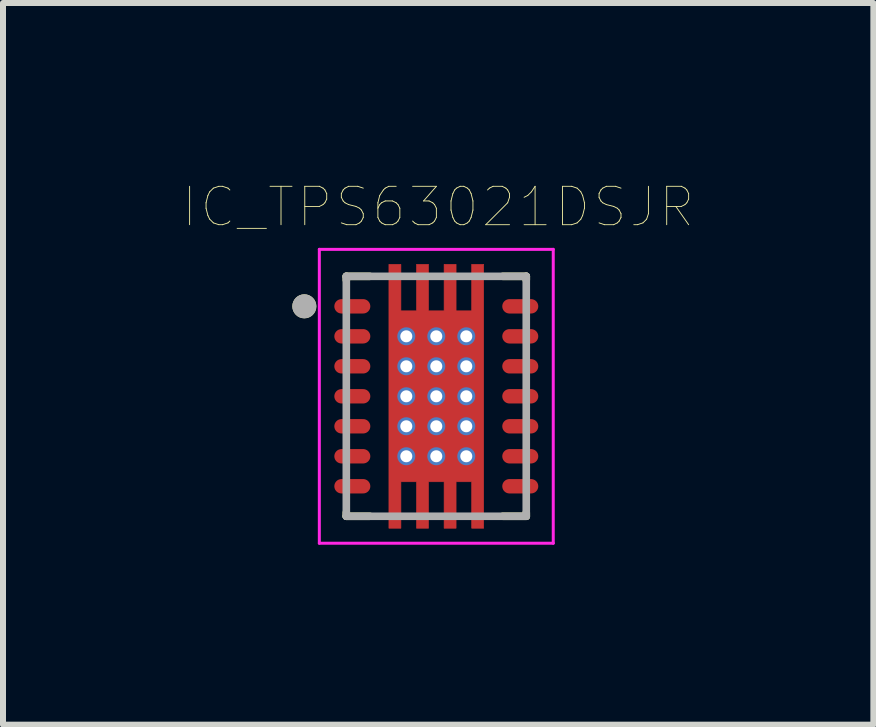
<source format=kicad_pcb>
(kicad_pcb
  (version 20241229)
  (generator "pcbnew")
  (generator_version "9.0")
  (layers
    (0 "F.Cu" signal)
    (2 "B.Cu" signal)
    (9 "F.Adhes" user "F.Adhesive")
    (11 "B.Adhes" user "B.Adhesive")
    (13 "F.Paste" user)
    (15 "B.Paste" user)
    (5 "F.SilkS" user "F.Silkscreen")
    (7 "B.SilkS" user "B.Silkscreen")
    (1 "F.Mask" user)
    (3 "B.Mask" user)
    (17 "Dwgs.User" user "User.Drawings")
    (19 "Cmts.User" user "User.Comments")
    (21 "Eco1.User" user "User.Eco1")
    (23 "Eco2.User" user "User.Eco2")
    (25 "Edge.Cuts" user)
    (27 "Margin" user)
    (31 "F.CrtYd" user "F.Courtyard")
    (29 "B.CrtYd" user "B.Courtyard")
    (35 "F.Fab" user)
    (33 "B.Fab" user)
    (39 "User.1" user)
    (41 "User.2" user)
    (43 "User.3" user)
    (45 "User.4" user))
  (footprint "IC_TPS63021DSJR"
    (layer "F.Cu")
    (at 4.224 3.557)
    (property "Reference" "IC_TPS63021DSJR" (at 0.032 -3.156 0) (layer "F.SilkS") (effects (font (size 0.64 0.64) (thickness 0.015))))
    (attr through_hole)
    (fp_poly (pts (xy -0.79 -2.2) (xy -0.59 -2.2) (xy -0.59 -1.425) (xy -0.33 -1.425) (xy -0.33 -2.2) (xy -0.13 -2.2) (xy -0.13 -1.425) (xy 0.13 -1.425) (xy 0.13 -2.2) (xy 0.33 -2.2) (xy 0.33 -1.425) (xy 0.59 -1.425) (xy 0.59 -2.2) (xy 0.79 -2.2) (xy 0.79 2.2) (xy 0.59 2.2) (xy 0.59 1.425) (xy 0.33 1.425) (xy 0.33 2.2) (xy 0.13 2.2) (xy 0.13 1.425) (xy -0.13 1.425) (xy -0.13 2.2) (xy -0.33 2.2) (xy -0.33 1.425) (xy -0.59 1.425) (xy -0.59 2.2) (xy -0.79 2.2)) (stroke (width 0.01) (type solid)) (fill yes) (layer "F.Cu"))
    (fp_poly (pts (xy -0.86 -2.27) (xy -0.52 -2.27) (xy -0.52 -1.495) (xy -0.4 -1.495) (xy -0.4 -2.27) (xy -0.06 -2.27) (xy -0.06 -1.495) (xy 0.06 -1.495) (xy 0.06 -2.27) (xy 0.4 -2.27) (xy 0.4 -1.495) (xy 0.52 -1.495) (xy 0.52 -2.27) (xy 0.86 -2.27) (xy 0.86 2.27) (xy 0.52 2.27) (xy 0.52 1.495) (xy 0.4 1.495) (xy 0.4 2.27) (xy 0.06 2.27) (xy 0.06 1.495) (xy -0.06 1.495) (xy -0.06 2.27) (xy -0.4 2.27) (xy -0.4 1.495) (xy -0.52 1.495) (xy -0.52 2.27) (xy -0.86 2.27)) (stroke (width 0.01) (type solid)) (fill yes) (layer "F.Mask"))
    (fp_poly (pts (xy -1.22 -1.69) (xy -1.21 -1.69) (xy -1.2 -1.689) (xy -1.19 -1.688) (xy -1.18 -1.686) (xy -1.171 -1.684) (xy -1.161 -1.681) (xy -1.152 -1.677) (xy -1.143 -1.674) (xy -1.134 -1.669) (xy -1.125 -1.665) (xy -1.117 -1.659) (xy -1.108 -1.654) (xy -1.1 -1.648) (xy -1.093 -1.641) (xy -1.086 -1.634) (xy -1.079 -1.627) (xy -1.072 -1.62) (xy -1.066 -1.612) (xy -1.061 -1.603) (xy -1.055 -1.595) (xy -1.051 -1.586) (xy -1.046 -1.577) (xy -1.043 -1.568) (xy -1.039 -1.559) (xy -1.036 -1.549) (xy -1.034 -1.54) (xy -1.032 -1.53) (xy -1.031 -1.52) (xy -1.03 -1.51) (xy -1.03 -1.5) (xy -1.03 -1.49) (xy -1.031 -1.48) (xy -1.032 -1.47) (xy -1.034 -1.46) (xy -1.036 -1.451) (xy -1.039 -1.441) (xy -1.043 -1.432) (xy -1.046 -1.423) (xy -1.051 -1.414) (xy -1.055 -1.405) (xy -1.061 -1.397) (xy -1.066 -1.388) (xy -1.072 -1.38) (xy -1.079 -1.373) (xy -1.086 -1.366) (xy -1.093 -1.359) (xy -1.1 -1.352) (xy -1.108 -1.346) (xy -1.117 -1.341) (xy -1.125 -1.335) (xy -1.134 -1.331) (xy -1.143 -1.326) (xy -1.152 -1.323) (xy -1.161 -1.319) (xy -1.171 -1.316) (xy -1.18 -1.314) (xy -1.19 -1.312) (xy -1.2 -1.311) (xy -1.21 -1.31) (xy -1.22 -1.31) (xy -1.58 -1.31) (xy -1.59 -1.31) (xy -1.6 -1.311) (xy -1.61 -1.312) (xy -1.62 -1.314) (xy -1.629 -1.316) (xy -1.639 -1.319) (xy -1.648 -1.323) (xy -1.657 -1.326) (xy -1.666 -1.331) (xy -1.675 -1.335) (xy -1.683 -1.341) (xy -1.692 -1.346) (xy -1.7 -1.352) (xy -1.707 -1.359) (xy -1.714 -1.366) (xy -1.721 -1.373) (xy -1.728 -1.38) (xy -1.734 -1.388) (xy -1.739 -1.397) (xy -1.745 -1.405) (xy -1.749 -1.414) (xy -1.754 -1.423) (xy -1.757 -1.432) (xy -1.761 -1.441) (xy -1.764 -1.451) (xy -1.766 -1.46) (xy -1.768 -1.47) (xy -1.769 -1.48) (xy -1.77 -1.49) (xy -1.77 -1.5) (xy -1.77 -1.51) (xy -1.769 -1.52) (xy -1.768 -1.53) (xy -1.766 -1.54) (xy -1.764 -1.549) (xy -1.761 -1.559) (xy -1.757 -1.568) (xy -1.754 -1.577) (xy -1.749 -1.586) (xy -1.745 -1.595) (xy -1.739 -1.603) (xy -1.734 -1.612) (xy -1.728 -1.62) (xy -1.721 -1.627) (xy -1.714 -1.634) (xy -1.707 -1.641) (xy -1.7 -1.648) (xy -1.692 -1.654) (xy -1.683 -1.659) (xy -1.675 -1.665) (xy -1.666 -1.669) (xy -1.657 -1.674) (xy -1.648 -1.677) (xy -1.639 -1.681) (xy -1.629 -1.684) (xy -1.62 -1.686) (xy -1.61 -1.688) (xy -1.6 -1.689) (xy -1.59 -1.69) (xy -1.58 -1.69) (xy -1.22 -1.69)) (stroke (width 0.01) (type solid)) (fill yes) (layer "F.Mask"))
    (fp_poly (pts (xy -1.22 -1.19) (xy -1.21 -1.19) (xy -1.2 -1.189) (xy -1.19 -1.188) (xy -1.18 -1.186) (xy -1.171 -1.184) (xy -1.161 -1.181) (xy -1.152 -1.177) (xy -1.143 -1.174) (xy -1.134 -1.169) (xy -1.125 -1.165) (xy -1.117 -1.159) (xy -1.108 -1.154) (xy -1.1 -1.148) (xy -1.093 -1.141) (xy -1.086 -1.134) (xy -1.079 -1.127) (xy -1.072 -1.12) (xy -1.066 -1.112) (xy -1.061 -1.103) (xy -1.055 -1.095) (xy -1.051 -1.086) (xy -1.046 -1.077) (xy -1.043 -1.068) (xy -1.039 -1.059) (xy -1.036 -1.049) (xy -1.034 -1.04) (xy -1.032 -1.03) (xy -1.031 -1.02) (xy -1.03 -1.01) (xy -1.03 -1) (xy -1.03 -0.99) (xy -1.031 -0.98) (xy -1.032 -0.97) (xy -1.034 -0.96) (xy -1.036 -0.951) (xy -1.039 -0.941) (xy -1.043 -0.932) (xy -1.046 -0.923) (xy -1.051 -0.914) (xy -1.055 -0.905) (xy -1.061 -0.897) (xy -1.066 -0.888) (xy -1.072 -0.88) (xy -1.079 -0.873) (xy -1.086 -0.866) (xy -1.093 -0.859) (xy -1.1 -0.852) (xy -1.108 -0.846) (xy -1.117 -0.841) (xy -1.125 -0.835) (xy -1.134 -0.831) (xy -1.143 -0.826) (xy -1.152 -0.823) (xy -1.161 -0.819) (xy -1.171 -0.816) (xy -1.18 -0.814) (xy -1.19 -0.812) (xy -1.2 -0.811) (xy -1.21 -0.81) (xy -1.22 -0.81) (xy -1.58 -0.81) (xy -1.59 -0.81) (xy -1.6 -0.811) (xy -1.61 -0.812) (xy -1.62 -0.814) (xy -1.629 -0.816) (xy -1.639 -0.819) (xy -1.648 -0.823) (xy -1.657 -0.826) (xy -1.666 -0.831) (xy -1.675 -0.835) (xy -1.683 -0.841) (xy -1.692 -0.846) (xy -1.7 -0.852) (xy -1.707 -0.859) (xy -1.714 -0.866) (xy -1.721 -0.873) (xy -1.728 -0.88) (xy -1.734 -0.888) (xy -1.739 -0.897) (xy -1.745 -0.905) (xy -1.749 -0.914) (xy -1.754 -0.923) (xy -1.757 -0.932) (xy -1.761 -0.941) (xy -1.764 -0.951) (xy -1.766 -0.96) (xy -1.768 -0.97) (xy -1.769 -0.98) (xy -1.77 -0.99) (xy -1.77 -1) (xy -1.77 -1.01) (xy -1.769 -1.02) (xy -1.768 -1.03) (xy -1.766 -1.04) (xy -1.764 -1.049) (xy -1.761 -1.059) (xy -1.757 -1.068) (xy -1.754 -1.077) (xy -1.749 -1.086) (xy -1.745 -1.095) (xy -1.739 -1.103) (xy -1.734 -1.112) (xy -1.728 -1.12) (xy -1.721 -1.127) (xy -1.714 -1.134) (xy -1.707 -1.141) (xy -1.7 -1.148) (xy -1.692 -1.154) (xy -1.683 -1.159) (xy -1.675 -1.165) (xy -1.666 -1.169) (xy -1.657 -1.174) (xy -1.648 -1.177) (xy -1.639 -1.181) (xy -1.629 -1.184) (xy -1.62 -1.186) (xy -1.61 -1.188) (xy -1.6 -1.189) (xy -1.59 -1.19) (xy -1.58 -1.19) (xy -1.22 -1.19)) (stroke (width 0.01) (type solid)) (fill yes) (layer "F.Mask"))
    (fp_poly (pts (xy -1.22 -0.69) (xy -1.21 -0.69) (xy -1.2 -0.689) (xy -1.19 -0.688) (xy -1.18 -0.686) (xy -1.171 -0.684) (xy -1.161 -0.681) (xy -1.152 -0.677) (xy -1.143 -0.674) (xy -1.134 -0.669) (xy -1.125 -0.665) (xy -1.117 -0.659) (xy -1.108 -0.654) (xy -1.1 -0.648) (xy -1.093 -0.641) (xy -1.086 -0.634) (xy -1.079 -0.627) (xy -1.072 -0.62) (xy -1.066 -0.612) (xy -1.061 -0.603) (xy -1.055 -0.595) (xy -1.051 -0.586) (xy -1.046 -0.577) (xy -1.043 -0.568) (xy -1.039 -0.559) (xy -1.036 -0.549) (xy -1.034 -0.54) (xy -1.032 -0.53) (xy -1.031 -0.52) (xy -1.03 -0.51) (xy -1.03 -0.5) (xy -1.03 -0.49) (xy -1.031 -0.48) (xy -1.032 -0.47) (xy -1.034 -0.46) (xy -1.036 -0.451) (xy -1.039 -0.441) (xy -1.043 -0.432) (xy -1.046 -0.423) (xy -1.051 -0.414) (xy -1.055 -0.405) (xy -1.061 -0.397) (xy -1.066 -0.388) (xy -1.072 -0.38) (xy -1.079 -0.373) (xy -1.086 -0.366) (xy -1.093 -0.359) (xy -1.1 -0.352) (xy -1.108 -0.346) (xy -1.117 -0.341) (xy -1.125 -0.335) (xy -1.134 -0.331) (xy -1.143 -0.326) (xy -1.152 -0.323) (xy -1.161 -0.319) (xy -1.171 -0.316) (xy -1.18 -0.314) (xy -1.19 -0.312) (xy -1.2 -0.311) (xy -1.21 -0.31) (xy -1.22 -0.31) (xy -1.58 -0.31) (xy -1.59 -0.31) (xy -1.6 -0.311) (xy -1.61 -0.312) (xy -1.62 -0.314) (xy -1.629 -0.316) (xy -1.639 -0.319) (xy -1.648 -0.323) (xy -1.657 -0.326) (xy -1.666 -0.331) (xy -1.675 -0.335) (xy -1.683 -0.341) (xy -1.692 -0.346) (xy -1.7 -0.352) (xy -1.707 -0.359) (xy -1.714 -0.366) (xy -1.721 -0.373) (xy -1.728 -0.38) (xy -1.734 -0.388) (xy -1.739 -0.397) (xy -1.745 -0.405) (xy -1.749 -0.414) (xy -1.754 -0.423) (xy -1.757 -0.432) (xy -1.761 -0.441) (xy -1.764 -0.451) (xy -1.766 -0.46) (xy -1.768 -0.47) (xy -1.769 -0.48) (xy -1.77 -0.49) (xy -1.77 -0.5) (xy -1.77 -0.51) (xy -1.769 -0.52) (xy -1.768 -0.53) (xy -1.766 -0.54) (xy -1.764 -0.549) (xy -1.761 -0.559) (xy -1.757 -0.568) (xy -1.754 -0.577) (xy -1.749 -0.586) (xy -1.745 -0.595) (xy -1.739 -0.603) (xy -1.734 -0.612) (xy -1.728 -0.62) (xy -1.721 -0.627) (xy -1.714 -0.634) (xy -1.707 -0.641) (xy -1.7 -0.648) (xy -1.692 -0.654) (xy -1.683 -0.659) (xy -1.675 -0.665) (xy -1.666 -0.669) (xy -1.657 -0.674) (xy -1.648 -0.677) (xy -1.639 -0.681) (xy -1.629 -0.684) (xy -1.62 -0.686) (xy -1.61 -0.688) (xy -1.6 -0.689) (xy -1.59 -0.69) (xy -1.58 -0.69) (xy -1.22 -0.69)) (stroke (width 0.01) (type solid)) (fill yes) (layer "F.Mask"))
    (fp_poly (pts (xy -1.22 -0.19) (xy -1.21 -0.19) (xy -1.2 -0.189) (xy -1.19 -0.188) (xy -1.18 -0.186) (xy -1.171 -0.184) (xy -1.161 -0.181) (xy -1.152 -0.177) (xy -1.143 -0.174) (xy -1.134 -0.169) (xy -1.125 -0.165) (xy -1.117 -0.159) (xy -1.108 -0.154) (xy -1.1 -0.148) (xy -1.093 -0.141) (xy -1.086 -0.134) (xy -1.079 -0.127) (xy -1.072 -0.12) (xy -1.066 -0.112) (xy -1.061 -0.103) (xy -1.055 -0.095) (xy -1.051 -0.086) (xy -1.046 -0.077) (xy -1.043 -0.068) (xy -1.039 -0.059) (xy -1.036 -0.049) (xy -1.034 -0.04) (xy -1.032 -0.03) (xy -1.031 -0.02) (xy -1.03 -0.01) (xy -1.03 0) (xy -1.03 0.01) (xy -1.031 0.02) (xy -1.032 0.03) (xy -1.034 0.04) (xy -1.036 0.049) (xy -1.039 0.059) (xy -1.043 0.068) (xy -1.046 0.077) (xy -1.051 0.086) (xy -1.055 0.095) (xy -1.061 0.103) (xy -1.066 0.112) (xy -1.072 0.12) (xy -1.079 0.127) (xy -1.086 0.134) (xy -1.093 0.141) (xy -1.1 0.148) (xy -1.108 0.154) (xy -1.117 0.159) (xy -1.125 0.165) (xy -1.134 0.169) (xy -1.143 0.174) (xy -1.152 0.177) (xy -1.161 0.181) (xy -1.171 0.184) (xy -1.18 0.186) (xy -1.19 0.188) (xy -1.2 0.189) (xy -1.21 0.19) (xy -1.22 0.19) (xy -1.58 0.19) (xy -1.59 0.19) (xy -1.6 0.189) (xy -1.61 0.188) (xy -1.62 0.186) (xy -1.629 0.184) (xy -1.639 0.181) (xy -1.648 0.177) (xy -1.657 0.174) (xy -1.666 0.169) (xy -1.675 0.165) (xy -1.683 0.159) (xy -1.692 0.154) (xy -1.7 0.148) (xy -1.707 0.141) (xy -1.714 0.134) (xy -1.721 0.127) (xy -1.728 0.12) (xy -1.734 0.112) (xy -1.739 0.103) (xy -1.745 0.095) (xy -1.749 0.086) (xy -1.754 0.077) (xy -1.757 0.068) (xy -1.761 0.059) (xy -1.764 0.049) (xy -1.766 0.04) (xy -1.768 0.03) (xy -1.769 0.02) (xy -1.77 0.01) (xy -1.77 0) (xy -1.77 -0.01) (xy -1.769 -0.02) (xy -1.768 -0.03) (xy -1.766 -0.04) (xy -1.764 -0.049) (xy -1.761 -0.059) (xy -1.757 -0.068) (xy -1.754 -0.077) (xy -1.749 -0.086) (xy -1.745 -0.095) (xy -1.739 -0.103) (xy -1.734 -0.112) (xy -1.728 -0.12) (xy -1.721 -0.127) (xy -1.714 -0.134) (xy -1.707 -0.141) (xy -1.7 -0.148) (xy -1.692 -0.154) (xy -1.683 -0.159) (xy -1.675 -0.165) (xy -1.666 -0.169) (xy -1.657 -0.174) (xy -1.648 -0.177) (xy -1.639 -0.181) (xy -1.629 -0.184) (xy -1.62 -0.186) (xy -1.61 -0.188) (xy -1.6 -0.189) (xy -1.59 -0.19) (xy -1.58 -0.19) (xy -1.22 -0.19)) (stroke (width 0.01) (type solid)) (fill yes) (layer "F.Mask"))
    (fp_poly (pts (xy -1.22 0.31) (xy -1.21 0.31) (xy -1.2 0.311) (xy -1.19 0.312) (xy -1.18 0.314) (xy -1.171 0.316) (xy -1.161 0.319) (xy -1.152 0.323) (xy -1.143 0.326) (xy -1.134 0.331) (xy -1.125 0.335) (xy -1.117 0.341) (xy -1.108 0.346) (xy -1.1 0.352) (xy -1.093 0.359) (xy -1.086 0.366) (xy -1.079 0.373) (xy -1.072 0.38) (xy -1.066 0.388) (xy -1.061 0.397) (xy -1.055 0.405) (xy -1.051 0.414) (xy -1.046 0.423) (xy -1.043 0.432) (xy -1.039 0.441) (xy -1.036 0.451) (xy -1.034 0.46) (xy -1.032 0.47) (xy -1.031 0.48) (xy -1.03 0.49) (xy -1.03 0.5) (xy -1.03 0.51) (xy -1.031 0.52) (xy -1.032 0.53) (xy -1.034 0.54) (xy -1.036 0.549) (xy -1.039 0.559) (xy -1.043 0.568) (xy -1.046 0.577) (xy -1.051 0.586) (xy -1.055 0.595) (xy -1.061 0.603) (xy -1.066 0.612) (xy -1.072 0.62) (xy -1.079 0.627) (xy -1.086 0.634) (xy -1.093 0.641) (xy -1.1 0.648) (xy -1.108 0.654) (xy -1.117 0.659) (xy -1.125 0.665) (xy -1.134 0.669) (xy -1.143 0.674) (xy -1.152 0.677) (xy -1.161 0.681) (xy -1.171 0.684) (xy -1.18 0.686) (xy -1.19 0.688) (xy -1.2 0.689) (xy -1.21 0.69) (xy -1.22 0.69) (xy -1.58 0.69) (xy -1.59 0.69) (xy -1.6 0.689) (xy -1.61 0.688) (xy -1.62 0.686) (xy -1.629 0.684) (xy -1.639 0.681) (xy -1.648 0.677) (xy -1.657 0.674) (xy -1.666 0.669) (xy -1.675 0.665) (xy -1.683 0.659) (xy -1.692 0.654) (xy -1.7 0.648) (xy -1.707 0.641) (xy -1.714 0.634) (xy -1.721 0.627) (xy -1.728 0.62) (xy -1.734 0.612) (xy -1.739 0.603) (xy -1.745 0.595) (xy -1.749 0.586) (xy -1.754 0.577) (xy -1.757 0.568) (xy -1.761 0.559) (xy -1.764 0.549) (xy -1.766 0.54) (xy -1.768 0.53) (xy -1.769 0.52) (xy -1.77 0.51) (xy -1.77 0.5) (xy -1.77 0.49) (xy -1.769 0.48) (xy -1.768 0.47) (xy -1.766 0.46) (xy -1.764 0.451) (xy -1.761 0.441) (xy -1.757 0.432) (xy -1.754 0.423) (xy -1.749 0.414) (xy -1.745 0.405) (xy -1.739 0.397) (xy -1.734 0.388) (xy -1.728 0.38) (xy -1.721 0.373) (xy -1.714 0.366) (xy -1.707 0.359) (xy -1.7 0.352) (xy -1.692 0.346) (xy -1.683 0.341) (xy -1.675 0.335) (xy -1.666 0.331) (xy -1.657 0.326) (xy -1.648 0.323) (xy -1.639 0.319) (xy -1.629 0.316) (xy -1.62 0.314) (xy -1.61 0.312) (xy -1.6 0.311) (xy -1.59 0.31) (xy -1.58 0.31) (xy -1.22 0.31)) (stroke (width 0.01) (type solid)) (fill yes) (layer "F.Mask"))
    (fp_poly (pts (xy -1.22 0.81) (xy -1.21 0.81) (xy -1.2 0.811) (xy -1.19 0.812) (xy -1.18 0.814) (xy -1.171 0.816) (xy -1.161 0.819) (xy -1.152 0.823) (xy -1.143 0.826) (xy -1.134 0.831) (xy -1.125 0.835) (xy -1.117 0.841) (xy -1.108 0.846) (xy -1.1 0.852) (xy -1.093 0.859) (xy -1.086 0.866) (xy -1.079 0.873) (xy -1.072 0.88) (xy -1.066 0.888) (xy -1.061 0.897) (xy -1.055 0.905) (xy -1.051 0.914) (xy -1.046 0.923) (xy -1.043 0.932) (xy -1.039 0.941) (xy -1.036 0.951) (xy -1.034 0.96) (xy -1.032 0.97) (xy -1.031 0.98) (xy -1.03 0.99) (xy -1.03 1) (xy -1.03 1.01) (xy -1.031 1.02) (xy -1.032 1.03) (xy -1.034 1.04) (xy -1.036 1.049) (xy -1.039 1.059) (xy -1.043 1.068) (xy -1.046 1.077) (xy -1.051 1.086) (xy -1.055 1.095) (xy -1.061 1.103) (xy -1.066 1.112) (xy -1.072 1.12) (xy -1.079 1.127) (xy -1.086 1.134) (xy -1.093 1.141) (xy -1.1 1.148) (xy -1.108 1.154) (xy -1.117 1.159) (xy -1.125 1.165) (xy -1.134 1.169) (xy -1.143 1.174) (xy -1.152 1.177) (xy -1.161 1.181) (xy -1.171 1.184) (xy -1.18 1.186) (xy -1.19 1.188) (xy -1.2 1.189) (xy -1.21 1.19) (xy -1.22 1.19) (xy -1.58 1.19) (xy -1.59 1.19) (xy -1.6 1.189) (xy -1.61 1.188) (xy -1.62 1.186) (xy -1.629 1.184) (xy -1.639 1.181) (xy -1.648 1.177) (xy -1.657 1.174) (xy -1.666 1.169) (xy -1.675 1.165) (xy -1.683 1.159) (xy -1.692 1.154) (xy -1.7 1.148) (xy -1.707 1.141) (xy -1.714 1.134) (xy -1.721 1.127) (xy -1.728 1.12) (xy -1.734 1.112) (xy -1.739 1.103) (xy -1.745 1.095) (xy -1.749 1.086) (xy -1.754 1.077) (xy -1.757 1.068) (xy -1.761 1.059) (xy -1.764 1.049) (xy -1.766 1.04) (xy -1.768 1.03) (xy -1.769 1.02) (xy -1.77 1.01) (xy -1.77 1) (xy -1.77 0.99) (xy -1.769 0.98) (xy -1.768 0.97) (xy -1.766 0.96) (xy -1.764 0.951) (xy -1.761 0.941) (xy -1.757 0.932) (xy -1.754 0.923) (xy -1.749 0.914) (xy -1.745 0.905) (xy -1.739 0.897) (xy -1.734 0.888) (xy -1.728 0.88) (xy -1.721 0.873) (xy -1.714 0.866) (xy -1.707 0.859) (xy -1.7 0.852) (xy -1.692 0.846) (xy -1.683 0.841) (xy -1.675 0.835) (xy -1.666 0.831) (xy -1.657 0.826) (xy -1.648 0.823) (xy -1.639 0.819) (xy -1.629 0.816) (xy -1.62 0.814) (xy -1.61 0.812) (xy -1.6 0.811) (xy -1.59 0.81) (xy -1.58 0.81) (xy -1.22 0.81)) (stroke (width 0.01) (type solid)) (fill yes) (layer "F.Mask"))
    (fp_poly (pts (xy -1.22 1.31) (xy -1.21 1.31) (xy -1.2 1.311) (xy -1.19 1.312) (xy -1.18 1.314) (xy -1.171 1.316) (xy -1.161 1.319) (xy -1.152 1.323) (xy -1.143 1.326) (xy -1.134 1.331) (xy -1.125 1.335) (xy -1.117 1.341) (xy -1.108 1.346) (xy -1.1 1.352) (xy -1.093 1.359) (xy -1.086 1.366) (xy -1.079 1.373) (xy -1.072 1.38) (xy -1.066 1.388) (xy -1.061 1.397) (xy -1.055 1.405) (xy -1.051 1.414) (xy -1.046 1.423) (xy -1.043 1.432) (xy -1.039 1.441) (xy -1.036 1.451) (xy -1.034 1.46) (xy -1.032 1.47) (xy -1.031 1.48) (xy -1.03 1.49) (xy -1.03 1.5) (xy -1.03 1.51) (xy -1.031 1.52) (xy -1.032 1.53) (xy -1.034 1.54) (xy -1.036 1.549) (xy -1.039 1.559) (xy -1.043 1.568) (xy -1.046 1.577) (xy -1.051 1.586) (xy -1.055 1.595) (xy -1.061 1.603) (xy -1.066 1.612) (xy -1.072 1.62) (xy -1.079 1.627) (xy -1.086 1.634) (xy -1.093 1.641) (xy -1.1 1.648) (xy -1.108 1.654) (xy -1.117 1.659) (xy -1.125 1.665) (xy -1.134 1.669) (xy -1.143 1.674) (xy -1.152 1.677) (xy -1.161 1.681) (xy -1.171 1.684) (xy -1.18 1.686) (xy -1.19 1.688) (xy -1.2 1.689) (xy -1.21 1.69) (xy -1.22 1.69) (xy -1.58 1.69) (xy -1.59 1.69) (xy -1.6 1.689) (xy -1.61 1.688) (xy -1.62 1.686) (xy -1.629 1.684) (xy -1.639 1.681) (xy -1.648 1.677) (xy -1.657 1.674) (xy -1.666 1.669) (xy -1.675 1.665) (xy -1.683 1.659) (xy -1.692 1.654) (xy -1.7 1.648) (xy -1.707 1.641) (xy -1.714 1.634) (xy -1.721 1.627) (xy -1.728 1.62) (xy -1.734 1.612) (xy -1.739 1.603) (xy -1.745 1.595) (xy -1.749 1.586) (xy -1.754 1.577) (xy -1.757 1.568) (xy -1.761 1.559) (xy -1.764 1.549) (xy -1.766 1.54) (xy -1.768 1.53) (xy -1.769 1.52) (xy -1.77 1.51) (xy -1.77 1.5) (xy -1.77 1.49) (xy -1.769 1.48) (xy -1.768 1.47) (xy -1.766 1.46) (xy -1.764 1.451) (xy -1.761 1.441) (xy -1.757 1.432) (xy -1.754 1.423) (xy -1.749 1.414) (xy -1.745 1.405) (xy -1.739 1.397) (xy -1.734 1.388) (xy -1.728 1.38) (xy -1.721 1.373) (xy -1.714 1.366) (xy -1.707 1.359) (xy -1.7 1.352) (xy -1.692 1.346) (xy -1.683 1.341) (xy -1.675 1.335) (xy -1.666 1.331) (xy -1.657 1.326) (xy -1.648 1.323) (xy -1.639 1.319) (xy -1.629 1.316) (xy -1.62 1.314) (xy -1.61 1.312) (xy -1.6 1.311) (xy -1.59 1.31) (xy -1.58 1.31) (xy -1.22 1.31)) (stroke (width 0.01) (type solid)) (fill yes) (layer "F.Mask"))
    (fp_poly (pts (xy 1.58 -1.69) (xy 1.59 -1.69) (xy 1.6 -1.689) (xy 1.61 -1.688) (xy 1.62 -1.686) (xy 1.629 -1.684) (xy 1.639 -1.681) (xy 1.648 -1.677) (xy 1.657 -1.674) (xy 1.666 -1.669) (xy 1.675 -1.665) (xy 1.683 -1.659) (xy 1.692 -1.654) (xy 1.7 -1.648) (xy 1.707 -1.641) (xy 1.714 -1.634) (xy 1.721 -1.627) (xy 1.728 -1.62) (xy 1.734 -1.612) (xy 1.739 -1.603) (xy 1.745 -1.595) (xy 1.749 -1.586) (xy 1.754 -1.577) (xy 1.757 -1.568) (xy 1.761 -1.559) (xy 1.764 -1.549) (xy 1.766 -1.54) (xy 1.768 -1.53) (xy 1.769 -1.52) (xy 1.77 -1.51) (xy 1.77 -1.5) (xy 1.77 -1.49) (xy 1.769 -1.48) (xy 1.768 -1.47) (xy 1.766 -1.46) (xy 1.764 -1.451) (xy 1.761 -1.441) (xy 1.757 -1.432) (xy 1.754 -1.423) (xy 1.749 -1.414) (xy 1.745 -1.405) (xy 1.739 -1.397) (xy 1.734 -1.388) (xy 1.728 -1.38) (xy 1.721 -1.373) (xy 1.714 -1.366) (xy 1.707 -1.359) (xy 1.7 -1.352) (xy 1.692 -1.346) (xy 1.683 -1.341) (xy 1.675 -1.335) (xy 1.666 -1.331) (xy 1.657 -1.326) (xy 1.648 -1.323) (xy 1.639 -1.319) (xy 1.629 -1.316) (xy 1.62 -1.314) (xy 1.61 -1.312) (xy 1.6 -1.311) (xy 1.59 -1.31) (xy 1.58 -1.31) (xy 1.22 -1.31) (xy 1.21 -1.31) (xy 1.2 -1.311) (xy 1.19 -1.312) (xy 1.18 -1.314) (xy 1.171 -1.316) (xy 1.161 -1.319) (xy 1.152 -1.323) (xy 1.143 -1.326) (xy 1.134 -1.331) (xy 1.125 -1.335) (xy 1.117 -1.341) (xy 1.108 -1.346) (xy 1.1 -1.352) (xy 1.093 -1.359) (xy 1.086 -1.366) (xy 1.079 -1.373) (xy 1.072 -1.38) (xy 1.066 -1.388) (xy 1.061 -1.397) (xy 1.055 -1.405) (xy 1.051 -1.414) (xy 1.046 -1.423) (xy 1.043 -1.432) (xy 1.039 -1.441) (xy 1.036 -1.451) (xy 1.034 -1.46) (xy 1.032 -1.47) (xy 1.031 -1.48) (xy 1.03 -1.49) (xy 1.03 -1.5) (xy 1.03 -1.51) (xy 1.031 -1.52) (xy 1.032 -1.53) (xy 1.034 -1.54) (xy 1.036 -1.549) (xy 1.039 -1.559) (xy 1.043 -1.568) (xy 1.046 -1.577) (xy 1.051 -1.586) (xy 1.055 -1.595) (xy 1.061 -1.603) (xy 1.066 -1.612) (xy 1.072 -1.62) (xy 1.079 -1.627) (xy 1.086 -1.634) (xy 1.093 -1.641) (xy 1.1 -1.648) (xy 1.108 -1.654) (xy 1.117 -1.659) (xy 1.125 -1.665) (xy 1.134 -1.669) (xy 1.143 -1.674) (xy 1.152 -1.677) (xy 1.161 -1.681) (xy 1.171 -1.684) (xy 1.18 -1.686) (xy 1.19 -1.688) (xy 1.2 -1.689) (xy 1.21 -1.69) (xy 1.22 -1.69) (xy 1.58 -1.69)) (stroke (width 0.01) (type solid)) (fill yes) (layer "F.Mask"))
    (fp_poly (pts (xy 1.58 -1.19) (xy 1.59 -1.19) (xy 1.6 -1.189) (xy 1.61 -1.188) (xy 1.62 -1.186) (xy 1.629 -1.184) (xy 1.639 -1.181) (xy 1.648 -1.177) (xy 1.657 -1.174) (xy 1.666 -1.169) (xy 1.675 -1.165) (xy 1.683 -1.159) (xy 1.692 -1.154) (xy 1.7 -1.148) (xy 1.707 -1.141) (xy 1.714 -1.134) (xy 1.721 -1.127) (xy 1.728 -1.12) (xy 1.734 -1.112) (xy 1.739 -1.103) (xy 1.745 -1.095) (xy 1.749 -1.086) (xy 1.754 -1.077) (xy 1.757 -1.068) (xy 1.761 -1.059) (xy 1.764 -1.049) (xy 1.766 -1.04) (xy 1.768 -1.03) (xy 1.769 -1.02) (xy 1.77 -1.01) (xy 1.77 -1) (xy 1.77 -0.99) (xy 1.769 -0.98) (xy 1.768 -0.97) (xy 1.766 -0.96) (xy 1.764 -0.951) (xy 1.761 -0.941) (xy 1.757 -0.932) (xy 1.754 -0.923) (xy 1.749 -0.914) (xy 1.745 -0.905) (xy 1.739 -0.897) (xy 1.734 -0.888) (xy 1.728 -0.88) (xy 1.721 -0.873) (xy 1.714 -0.866) (xy 1.707 -0.859) (xy 1.7 -0.852) (xy 1.692 -0.846) (xy 1.683 -0.841) (xy 1.675 -0.835) (xy 1.666 -0.831) (xy 1.657 -0.826) (xy 1.648 -0.823) (xy 1.639 -0.819) (xy 1.629 -0.816) (xy 1.62 -0.814) (xy 1.61 -0.812) (xy 1.6 -0.811) (xy 1.59 -0.81) (xy 1.58 -0.81) (xy 1.22 -0.81) (xy 1.21 -0.81) (xy 1.2 -0.811) (xy 1.19 -0.812) (xy 1.18 -0.814) (xy 1.171 -0.816) (xy 1.161 -0.819) (xy 1.152 -0.823) (xy 1.143 -0.826) (xy 1.134 -0.831) (xy 1.125 -0.835) (xy 1.117 -0.841) (xy 1.108 -0.846) (xy 1.1 -0.852) (xy 1.093 -0.859) (xy 1.086 -0.866) (xy 1.079 -0.873) (xy 1.072 -0.88) (xy 1.066 -0.888) (xy 1.061 -0.897) (xy 1.055 -0.905) (xy 1.051 -0.914) (xy 1.046 -0.923) (xy 1.043 -0.932) (xy 1.039 -0.941) (xy 1.036 -0.951) (xy 1.034 -0.96) (xy 1.032 -0.97) (xy 1.031 -0.98) (xy 1.03 -0.99) (xy 1.03 -1) (xy 1.03 -1.01) (xy 1.031 -1.02) (xy 1.032 -1.03) (xy 1.034 -1.04) (xy 1.036 -1.049) (xy 1.039 -1.059) (xy 1.043 -1.068) (xy 1.046 -1.077) (xy 1.051 -1.086) (xy 1.055 -1.095) (xy 1.061 -1.103) (xy 1.066 -1.112) (xy 1.072 -1.12) (xy 1.079 -1.127) (xy 1.086 -1.134) (xy 1.093 -1.141) (xy 1.1 -1.148) (xy 1.108 -1.154) (xy 1.117 -1.159) (xy 1.125 -1.165) (xy 1.134 -1.169) (xy 1.143 -1.174) (xy 1.152 -1.177) (xy 1.161 -1.181) (xy 1.171 -1.184) (xy 1.18 -1.186) (xy 1.19 -1.188) (xy 1.2 -1.189) (xy 1.21 -1.19) (xy 1.22 -1.19) (xy 1.58 -1.19)) (stroke (width 0.01) (type solid)) (fill yes) (layer "F.Mask"))
    (fp_poly (pts (xy 1.58 -0.69) (xy 1.59 -0.69) (xy 1.6 -0.689) (xy 1.61 -0.688) (xy 1.62 -0.686) (xy 1.629 -0.684) (xy 1.639 -0.681) (xy 1.648 -0.677) (xy 1.657 -0.674) (xy 1.666 -0.669) (xy 1.675 -0.665) (xy 1.683 -0.659) (xy 1.692 -0.654) (xy 1.7 -0.648) (xy 1.707 -0.641) (xy 1.714 -0.634) (xy 1.721 -0.627) (xy 1.728 -0.62) (xy 1.734 -0.612) (xy 1.739 -0.603) (xy 1.745 -0.595) (xy 1.749 -0.586) (xy 1.754 -0.577) (xy 1.757 -0.568) (xy 1.761 -0.559) (xy 1.764 -0.549) (xy 1.766 -0.54) (xy 1.768 -0.53) (xy 1.769 -0.52) (xy 1.77 -0.51) (xy 1.77 -0.5) (xy 1.77 -0.49) (xy 1.769 -0.48) (xy 1.768 -0.47) (xy 1.766 -0.46) (xy 1.764 -0.451) (xy 1.761 -0.441) (xy 1.757 -0.432) (xy 1.754 -0.423) (xy 1.749 -0.414) (xy 1.745 -0.405) (xy 1.739 -0.397) (xy 1.734 -0.388) (xy 1.728 -0.38) (xy 1.721 -0.373) (xy 1.714 -0.366) (xy 1.707 -0.359) (xy 1.7 -0.352) (xy 1.692 -0.346) (xy 1.683 -0.341) (xy 1.675 -0.335) (xy 1.666 -0.331) (xy 1.657 -0.326) (xy 1.648 -0.323) (xy 1.639 -0.319) (xy 1.629 -0.316) (xy 1.62 -0.314) (xy 1.61 -0.312) (xy 1.6 -0.311) (xy 1.59 -0.31) (xy 1.58 -0.31) (xy 1.22 -0.31) (xy 1.21 -0.31) (xy 1.2 -0.311) (xy 1.19 -0.312) (xy 1.18 -0.314) (xy 1.171 -0.316) (xy 1.161 -0.319) (xy 1.152 -0.323) (xy 1.143 -0.326) (xy 1.134 -0.331) (xy 1.125 -0.335) (xy 1.117 -0.341) (xy 1.108 -0.346) (xy 1.1 -0.352) (xy 1.093 -0.359) (xy 1.086 -0.366) (xy 1.079 -0.373) (xy 1.072 -0.38) (xy 1.066 -0.388) (xy 1.061 -0.397) (xy 1.055 -0.405) (xy 1.051 -0.414) (xy 1.046 -0.423) (xy 1.043 -0.432) (xy 1.039 -0.441) (xy 1.036 -0.451) (xy 1.034 -0.46) (xy 1.032 -0.47) (xy 1.031 -0.48) (xy 1.03 -0.49) (xy 1.03 -0.5) (xy 1.03 -0.51) (xy 1.031 -0.52) (xy 1.032 -0.53) (xy 1.034 -0.54) (xy 1.036 -0.549) (xy 1.039 -0.559) (xy 1.043 -0.568) (xy 1.046 -0.577) (xy 1.051 -0.586) (xy 1.055 -0.595) (xy 1.061 -0.603) (xy 1.066 -0.612) (xy 1.072 -0.62) (xy 1.079 -0.627) (xy 1.086 -0.634) (xy 1.093 -0.641) (xy 1.1 -0.648) (xy 1.108 -0.654) (xy 1.117 -0.659) (xy 1.125 -0.665) (xy 1.134 -0.669) (xy 1.143 -0.674) (xy 1.152 -0.677) (xy 1.161 -0.681) (xy 1.171 -0.684) (xy 1.18 -0.686) (xy 1.19 -0.688) (xy 1.2 -0.689) (xy 1.21 -0.69) (xy 1.22 -0.69) (xy 1.58 -0.69)) (stroke (width 0.01) (type solid)) (fill yes) (layer "F.Mask"))
    (fp_poly (pts (xy 1.58 -0.19) (xy 1.59 -0.19) (xy 1.6 -0.189) (xy 1.61 -0.188) (xy 1.62 -0.186) (xy 1.629 -0.184) (xy 1.639 -0.181) (xy 1.648 -0.177) (xy 1.657 -0.174) (xy 1.666 -0.169) (xy 1.675 -0.165) (xy 1.683 -0.159) (xy 1.692 -0.154) (xy 1.7 -0.148) (xy 1.707 -0.141) (xy 1.714 -0.134) (xy 1.721 -0.127) (xy 1.728 -0.12) (xy 1.734 -0.112) (xy 1.739 -0.103) (xy 1.745 -0.095) (xy 1.749 -0.086) (xy 1.754 -0.077) (xy 1.757 -0.068) (xy 1.761 -0.059) (xy 1.764 -0.049) (xy 1.766 -0.04) (xy 1.768 -0.03) (xy 1.769 -0.02) (xy 1.77 -0.01) (xy 1.77 0) (xy 1.77 0.01) (xy 1.769 0.02) (xy 1.768 0.03) (xy 1.766 0.04) (xy 1.764 0.049) (xy 1.761 0.059) (xy 1.757 0.068) (xy 1.754 0.077) (xy 1.749 0.086) (xy 1.745 0.095) (xy 1.739 0.103) (xy 1.734 0.112) (xy 1.728 0.12) (xy 1.721 0.127) (xy 1.714 0.134) (xy 1.707 0.141) (xy 1.7 0.148) (xy 1.692 0.154) (xy 1.683 0.159) (xy 1.675 0.165) (xy 1.666 0.169) (xy 1.657 0.174) (xy 1.648 0.177) (xy 1.639 0.181) (xy 1.629 0.184) (xy 1.62 0.186) (xy 1.61 0.188) (xy 1.6 0.189) (xy 1.59 0.19) (xy 1.58 0.19) (xy 1.22 0.19) (xy 1.21 0.19) (xy 1.2 0.189) (xy 1.19 0.188) (xy 1.18 0.186) (xy 1.171 0.184) (xy 1.161 0.181) (xy 1.152 0.177) (xy 1.143 0.174) (xy 1.134 0.169) (xy 1.125 0.165) (xy 1.117 0.159) (xy 1.108 0.154) (xy 1.1 0.148) (xy 1.093 0.141) (xy 1.086 0.134) (xy 1.079 0.127) (xy 1.072 0.12) (xy 1.066 0.112) (xy 1.061 0.103) (xy 1.055 0.095) (xy 1.051 0.086) (xy 1.046 0.077) (xy 1.043 0.068) (xy 1.039 0.059) (xy 1.036 0.049) (xy 1.034 0.04) (xy 1.032 0.03) (xy 1.031 0.02) (xy 1.03 0.01) (xy 1.03 0) (xy 1.03 -0.01) (xy 1.031 -0.02) (xy 1.032 -0.03) (xy 1.034 -0.04) (xy 1.036 -0.049) (xy 1.039 -0.059) (xy 1.043 -0.068) (xy 1.046 -0.077) (xy 1.051 -0.086) (xy 1.055 -0.095) (xy 1.061 -0.103) (xy 1.066 -0.112) (xy 1.072 -0.12) (xy 1.079 -0.127) (xy 1.086 -0.134) (xy 1.093 -0.141) (xy 1.1 -0.148) (xy 1.108 -0.154) (xy 1.117 -0.159) (xy 1.125 -0.165) (xy 1.134 -0.169) (xy 1.143 -0.174) (xy 1.152 -0.177) (xy 1.161 -0.181) (xy 1.171 -0.184) (xy 1.18 -0.186) (xy 1.19 -0.188) (xy 1.2 -0.189) (xy 1.21 -0.19) (xy 1.22 -0.19) (xy 1.58 -0.19)) (stroke (width 0.01) (type solid)) (fill yes) (layer "F.Mask"))
    (fp_poly (pts (xy 1.58 0.31) (xy 1.59 0.31) (xy 1.6 0.311) (xy 1.61 0.312) (xy 1.62 0.314) (xy 1.629 0.316) (xy 1.639 0.319) (xy 1.648 0.323) (xy 1.657 0.326) (xy 1.666 0.331) (xy 1.675 0.335) (xy 1.683 0.341) (xy 1.692 0.346) (xy 1.7 0.352) (xy 1.707 0.359) (xy 1.714 0.366) (xy 1.721 0.373) (xy 1.728 0.38) (xy 1.734 0.388) (xy 1.739 0.397) (xy 1.745 0.405) (xy 1.749 0.414) (xy 1.754 0.423) (xy 1.757 0.432) (xy 1.761 0.441) (xy 1.764 0.451) (xy 1.766 0.46) (xy 1.768 0.47) (xy 1.769 0.48) (xy 1.77 0.49) (xy 1.77 0.5) (xy 1.77 0.51) (xy 1.769 0.52) (xy 1.768 0.53) (xy 1.766 0.54) (xy 1.764 0.549) (xy 1.761 0.559) (xy 1.757 0.568) (xy 1.754 0.577) (xy 1.749 0.586) (xy 1.745 0.595) (xy 1.739 0.603) (xy 1.734 0.612) (xy 1.728 0.62) (xy 1.721 0.627) (xy 1.714 0.634) (xy 1.707 0.641) (xy 1.7 0.648) (xy 1.692 0.654) (xy 1.683 0.659) (xy 1.675 0.665) (xy 1.666 0.669) (xy 1.657 0.674) (xy 1.648 0.677) (xy 1.639 0.681) (xy 1.629 0.684) (xy 1.62 0.686) (xy 1.61 0.688) (xy 1.6 0.689) (xy 1.59 0.69) (xy 1.58 0.69) (xy 1.22 0.69) (xy 1.21 0.69) (xy 1.2 0.689) (xy 1.19 0.688) (xy 1.18 0.686) (xy 1.171 0.684) (xy 1.161 0.681) (xy 1.152 0.677) (xy 1.143 0.674) (xy 1.134 0.669) (xy 1.125 0.665) (xy 1.117 0.659) (xy 1.108 0.654) (xy 1.1 0.648) (xy 1.093 0.641) (xy 1.086 0.634) (xy 1.079 0.627) (xy 1.072 0.62) (xy 1.066 0.612) (xy 1.061 0.603) (xy 1.055 0.595) (xy 1.051 0.586) (xy 1.046 0.577) (xy 1.043 0.568) (xy 1.039 0.559) (xy 1.036 0.549) (xy 1.034 0.54) (xy 1.032 0.53) (xy 1.031 0.52) (xy 1.03 0.51) (xy 1.03 0.5) (xy 1.03 0.49) (xy 1.031 0.48) (xy 1.032 0.47) (xy 1.034 0.46) (xy 1.036 0.451) (xy 1.039 0.441) (xy 1.043 0.432) (xy 1.046 0.423) (xy 1.051 0.414) (xy 1.055 0.405) (xy 1.061 0.397) (xy 1.066 0.388) (xy 1.072 0.38) (xy 1.079 0.373) (xy 1.086 0.366) (xy 1.093 0.359) (xy 1.1 0.352) (xy 1.108 0.346) (xy 1.117 0.341) (xy 1.125 0.335) (xy 1.134 0.331) (xy 1.143 0.326) (xy 1.152 0.323) (xy 1.161 0.319) (xy 1.171 0.316) (xy 1.18 0.314) (xy 1.19 0.312) (xy 1.2 0.311) (xy 1.21 0.31) (xy 1.22 0.31) (xy 1.58 0.31)) (stroke (width 0.01) (type solid)) (fill yes) (layer "F.Mask"))
    (fp_poly (pts (xy 1.58 0.81) (xy 1.59 0.81) (xy 1.6 0.811) (xy 1.61 0.812) (xy 1.62 0.814) (xy 1.629 0.816) (xy 1.639 0.819) (xy 1.648 0.823) (xy 1.657 0.826) (xy 1.666 0.831) (xy 1.675 0.835) (xy 1.683 0.841) (xy 1.692 0.846) (xy 1.7 0.852) (xy 1.707 0.859) (xy 1.714 0.866) (xy 1.721 0.873) (xy 1.728 0.88) (xy 1.734 0.888) (xy 1.739 0.897) (xy 1.745 0.905) (xy 1.749 0.914) (xy 1.754 0.923) (xy 1.757 0.932) (xy 1.761 0.941) (xy 1.764 0.951) (xy 1.766 0.96) (xy 1.768 0.97) (xy 1.769 0.98) (xy 1.77 0.99) (xy 1.77 1) (xy 1.77 1.01) (xy 1.769 1.02) (xy 1.768 1.03) (xy 1.766 1.04) (xy 1.764 1.049) (xy 1.761 1.059) (xy 1.757 1.068) (xy 1.754 1.077) (xy 1.749 1.086) (xy 1.745 1.095) (xy 1.739 1.103) (xy 1.734 1.112) (xy 1.728 1.12) (xy 1.721 1.127) (xy 1.714 1.134) (xy 1.707 1.141) (xy 1.7 1.148) (xy 1.692 1.154) (xy 1.683 1.159) (xy 1.675 1.165) (xy 1.666 1.169) (xy 1.657 1.174) (xy 1.648 1.177) (xy 1.639 1.181) (xy 1.629 1.184) (xy 1.62 1.186) (xy 1.61 1.188) (xy 1.6 1.189) (xy 1.59 1.19) (xy 1.58 1.19) (xy 1.22 1.19) (xy 1.21 1.19) (xy 1.2 1.189) (xy 1.19 1.188) (xy 1.18 1.186) (xy 1.171 1.184) (xy 1.161 1.181) (xy 1.152 1.177) (xy 1.143 1.174) (xy 1.134 1.169) (xy 1.125 1.165) (xy 1.117 1.159) (xy 1.108 1.154) (xy 1.1 1.148) (xy 1.093 1.141) (xy 1.086 1.134) (xy 1.079 1.127) (xy 1.072 1.12) (xy 1.066 1.112) (xy 1.061 1.103) (xy 1.055 1.095) (xy 1.051 1.086) (xy 1.046 1.077) (xy 1.043 1.068) (xy 1.039 1.059) (xy 1.036 1.049) (xy 1.034 1.04) (xy 1.032 1.03) (xy 1.031 1.02) (xy 1.03 1.01) (xy 1.03 1) (xy 1.03 0.99) (xy 1.031 0.98) (xy 1.032 0.97) (xy 1.034 0.96) (xy 1.036 0.951) (xy 1.039 0.941) (xy 1.043 0.932) (xy 1.046 0.923) (xy 1.051 0.914) (xy 1.055 0.905) (xy 1.061 0.897) (xy 1.066 0.888) (xy 1.072 0.88) (xy 1.079 0.873) (xy 1.086 0.866) (xy 1.093 0.859) (xy 1.1 0.852) (xy 1.108 0.846) (xy 1.117 0.841) (xy 1.125 0.835) (xy 1.134 0.831) (xy 1.143 0.826) (xy 1.152 0.823) (xy 1.161 0.819) (xy 1.171 0.816) (xy 1.18 0.814) (xy 1.19 0.812) (xy 1.2 0.811) (xy 1.21 0.81) (xy 1.22 0.81) (xy 1.58 0.81)) (stroke (width 0.01) (type solid)) (fill yes) (layer "F.Mask"))
    (fp_poly (pts (xy 1.58 1.31) (xy 1.59 1.31) (xy 1.6 1.311) (xy 1.61 1.312) (xy 1.62 1.314) (xy 1.629 1.316) (xy 1.639 1.319) (xy 1.648 1.323) (xy 1.657 1.326) (xy 1.666 1.331) (xy 1.675 1.335) (xy 1.683 1.341) (xy 1.692 1.346) (xy 1.7 1.352) (xy 1.707 1.359) (xy 1.714 1.366) (xy 1.721 1.373) (xy 1.728 1.38) (xy 1.734 1.388) (xy 1.739 1.397) (xy 1.745 1.405) (xy 1.749 1.414) (xy 1.754 1.423) (xy 1.757 1.432) (xy 1.761 1.441) (xy 1.764 1.451) (xy 1.766 1.46) (xy 1.768 1.47) (xy 1.769 1.48) (xy 1.77 1.49) (xy 1.77 1.5) (xy 1.77 1.51) (xy 1.769 1.52) (xy 1.768 1.53) (xy 1.766 1.54) (xy 1.764 1.549) (xy 1.761 1.559) (xy 1.757 1.568) (xy 1.754 1.577) (xy 1.749 1.586) (xy 1.745 1.595) (xy 1.739 1.603) (xy 1.734 1.612) (xy 1.728 1.62) (xy 1.721 1.627) (xy 1.714 1.634) (xy 1.707 1.641) (xy 1.7 1.648) (xy 1.692 1.654) (xy 1.683 1.659) (xy 1.675 1.665) (xy 1.666 1.669) (xy 1.657 1.674) (xy 1.648 1.677) (xy 1.639 1.681) (xy 1.629 1.684) (xy 1.62 1.686) (xy 1.61 1.688) (xy 1.6 1.689) (xy 1.59 1.69) (xy 1.58 1.69) (xy 1.22 1.69) (xy 1.21 1.69) (xy 1.2 1.689) (xy 1.19 1.688) (xy 1.18 1.686) (xy 1.171 1.684) (xy 1.161 1.681) (xy 1.152 1.677) (xy 1.143 1.674) (xy 1.134 1.669) (xy 1.125 1.665) (xy 1.117 1.659) (xy 1.108 1.654) (xy 1.1 1.648) (xy 1.093 1.641) (xy 1.086 1.634) (xy 1.079 1.627) (xy 1.072 1.62) (xy 1.066 1.612) (xy 1.061 1.603) (xy 1.055 1.595) (xy 1.051 1.586) (xy 1.046 1.577) (xy 1.043 1.568) (xy 1.039 1.559) (xy 1.036 1.549) (xy 1.034 1.54) (xy 1.032 1.53) (xy 1.031 1.52) (xy 1.03 1.51) (xy 1.03 1.5) (xy 1.03 1.49) (xy 1.031 1.48) (xy 1.032 1.47) (xy 1.034 1.46) (xy 1.036 1.451) (xy 1.039 1.441) (xy 1.043 1.432) (xy 1.046 1.423) (xy 1.051 1.414) (xy 1.055 1.405) (xy 1.061 1.397) (xy 1.066 1.388) (xy 1.072 1.38) (xy 1.079 1.373) (xy 1.086 1.366) (xy 1.093 1.359) (xy 1.1 1.352) (xy 1.108 1.346) (xy 1.117 1.341) (xy 1.125 1.335) (xy 1.134 1.331) (xy 1.143 1.326) (xy 1.152 1.323) (xy 1.161 1.319) (xy 1.171 1.316) (xy 1.18 1.314) (xy 1.19 1.312) (xy 1.2 1.311) (xy 1.21 1.31) (xy 1.22 1.31) (xy 1.58 1.31)) (stroke (width 0.01) (type solid)) (fill yes) (layer "F.Mask"))
    (fp_line (start -1.5 -2) (end -1.11 -2) (stroke (width 0.127) (type solid)) (layer "F.SilkS"))
    (fp_line (start -1.5 -1.94) (end -1.5 -2) (stroke (width 0.127) (type solid)) (layer "F.SilkS"))
    (fp_line (start -1.5 2) (end -1.5 1.94) (stroke (width 0.127) (type solid)) (layer "F.SilkS"))
    (fp_line (start -1.11 2) (end -1.5 2) (stroke (width 0.127) (type solid)) (layer "F.SilkS"))
    (fp_line (start 1.11 -2) (end 1.5 -2) (stroke (width 0.127) (type solid)) (layer "F.SilkS"))
    (fp_line (start 1.5 -2) (end 1.5 -1.94) (stroke (width 0.127) (type solid)) (layer "F.SilkS"))
    (fp_line (start 1.5 1.94) (end 1.5 2) (stroke (width 0.127) (type solid)) (layer "F.SilkS"))
    (fp_line (start 1.5 2) (end 1.11 2) (stroke (width 0.127) (type solid)) (layer "F.SilkS"))
    (fp_circle (center -2.2 -1.5) (end -2.1 -1.5) (stroke (width 0.2) (type solid)) (fill no) (layer "F.SilkS"))
    (fp_poly (pts (xy -0.79 -2.2) (xy -0.59 -2.2) (xy -0.59 -1.35) (xy -0.33 -1.35) (xy -0.33 -2.2) (xy -0.13 -2.2) (xy -0.13 -0.1) (xy -0.79 -0.1)) (stroke (width 0.01) (type solid)) (fill yes) (layer "F.Paste"))
    (fp_poly (pts (xy -0.79 2.2) (xy -0.59 2.2) (xy -0.59 1.35) (xy -0.33 1.35) (xy -0.33 2.2) (xy -0.13 2.2) (xy -0.13 0.1) (xy -0.79 0.1)) (stroke (width 0.01) (type solid)) (fill yes) (layer "F.Paste"))
    (fp_poly (pts (xy 0.79 -2.2) (xy 0.59 -2.2) (xy 0.59 -1.35) (xy 0.33 -1.35) (xy 0.33 -2.2) (xy 0.13 -2.2) (xy 0.13 -0.1) (xy 0.79 -0.1)) (stroke (width 0.01) (type solid)) (fill yes) (layer "F.Paste"))
    (fp_poly (pts (xy 0.79 2.2) (xy 0.59 2.2) (xy 0.59 1.35) (xy 0.33 1.35) (xy 0.33 2.2) (xy 0.13 2.2) (xy 0.13 0.1) (xy 0.79 0.1)) (stroke (width 0.01) (type solid)) (fill yes) (layer "F.Paste"))
    (fp_line (start -1.95 -2.45) (end 1.95 -2.45) (stroke (width 0.05) (type solid)) (layer "F.CrtYd"))
    (fp_line (start -1.95 2.45) (end -1.95 -2.45) (stroke (width 0.05) (type solid)) (layer "F.CrtYd"))
    (fp_line (start 1.95 -2.45) (end 1.95 2.45) (stroke (width 0.05) (type solid)) (layer "F.CrtYd"))
    (fp_line (start 1.95 2.45) (end -1.95 2.45) (stroke (width 0.05) (type solid)) (layer "F.CrtYd"))
    (fp_line (start -1.5 -2) (end 1.5 -2) (stroke (width 0.127) (type solid)) (layer "F.Fab"))
    (fp_line (start -1.5 2) (end -1.5 -2) (stroke (width 0.127) (type solid)) (layer "F.Fab"))
    (fp_line (start 1.5 -2) (end 1.5 2) (stroke (width 0.127) (type solid)) (layer "F.Fab"))
    (fp_line (start 1.5 2) (end -1.5 2) (stroke (width 0.127) (type solid)) (layer "F.Fab"))
    (fp_circle (center -2.2 -1.5) (end -2.1 -1.5) (stroke (width 0.2) (type solid)) (fill no) (layer "F.Fab"))
    (pad "1" smd oval (at -1.4 -1.5) (size 0.6 0.24) (layers "F.Cu" "F.Paste"))
    (pad "2" smd oval (at -1.4 -1) (size 0.6 0.24) (layers "F.Cu" "F.Paste"))
    (pad "3" smd oval (at -1.4 -0.5) (size 0.6 0.24) (layers "F.Cu" "F.Paste"))
    (pad "4" smd oval (at -1.4 0) (size 0.6 0.24) (layers "F.Cu" "F.Paste"))
    (pad "5" smd oval (at -1.4 0.5) (size 0.6 0.24) (layers "F.Cu" "F.Paste"))
    (pad "6" smd oval (at -1.4 1) (size 0.6 0.24) (layers "F.Cu" "F.Paste"))
    (pad "7" smd oval (at -1.4 1.5) (size 0.6 0.24) (layers "F.Cu" "F.Paste"))
    (pad "8" smd oval (at 1.4 1.5) (size 0.6 0.24) (layers "F.Cu" "F.Paste"))
    (pad "9" smd oval (at 1.4 1) (size 0.6 0.24) (layers "F.Cu" "F.Paste"))
    (pad "10" smd oval (at 1.4 0.5) (size 0.6 0.24) (layers "F.Cu" "F.Paste"))
    (pad "11" smd oval (at 1.4 0) (size 0.6 0.24) (layers "F.Cu" "F.Paste"))
    (pad "12" smd oval (at 1.4 -0.5) (size 0.6 0.24) (layers "F.Cu" "F.Paste"))
    (pad "13" smd oval (at 1.4 -1) (size 0.6 0.24) (layers "F.Cu" "F.Paste"))
    (pad "14" smd oval (at 1.4 -1.5) (size 0.6 0.24) (layers "F.Cu" "F.Paste"))
    (pad "15" thru_hole circle (at -0.5 -1) (size 0.3 0.3) (drill 0.2) (layers "*.Cu" "*.Mask"))
    (pad "15" thru_hole circle (at -0.5 -0.5) (size 0.3 0.3) (drill 0.2) (layers "*.Cu" "*.Mask"))
    (pad "15" thru_hole circle (at -0.5 0) (size 0.3 0.3) (drill 0.2) (layers "*.Cu" "*.Mask"))
    (pad "15" thru_hole circle (at -0.5 0.5) (size 0.3 0.3) (drill 0.2) (layers "*.Cu" "*.Mask"))
    (pad "15" thru_hole circle (at -0.5 1) (size 0.3 0.3) (drill 0.2) (layers "*.Cu" "*.Mask"))
    (pad "15" thru_hole circle (at 0 -1) (size 0.3 0.3) (drill 0.2) (layers "*.Cu" "*.Mask"))
    (pad "15" thru_hole circle (at 0 -0.5) (size 0.3 0.3) (drill 0.2) (layers "*.Cu" "*.Mask"))
    (pad "15" thru_hole circle (at 0 0) (size 0.3 0.3) (drill 0.2) (layers "*.Cu" "*.Mask"))
    (pad "15" smd rect (at 0 0) (size 1.5 2.8) (layers "F.Cu"))
    (pad "15" thru_hole circle (at 0 0.5) (size 0.3 0.3) (drill 0.2) (layers "*.Cu" "*.Mask"))
    (pad "15" thru_hole circle (at 0 1) (size 0.3 0.3) (drill 0.2) (layers "*.Cu" "*.Mask"))
    (pad "15" thru_hole circle (at 0.5 -1) (size 0.3 0.3) (drill 0.2) (layers "*.Cu" "*.Mask"))
    (pad "15" thru_hole circle (at 0.5 -0.5) (size 0.3 0.3) (drill 0.2) (layers "*.Cu" "*.Mask"))
    (pad "15" thru_hole circle (at 0.5 0) (size 0.3 0.3) (drill 0.2) (layers "*.Cu" "*.Mask"))
    (pad "15" thru_hole circle (at 0.5 0.5) (size 0.3 0.3) (drill 0.2) (layers "*.Cu" "*.Mask"))
    (pad "15" thru_hole circle (at 0.5 1) (size 0.3 0.3) (drill 0.2) (layers "*.Cu" "*.Mask")))
  (gr_rect
    (start -3 -3)
    (end 11.511 9.032)
    (stroke (width 0.1) (type default))
    (fill no)
    (layer "Edge.Cuts")))
</source>
